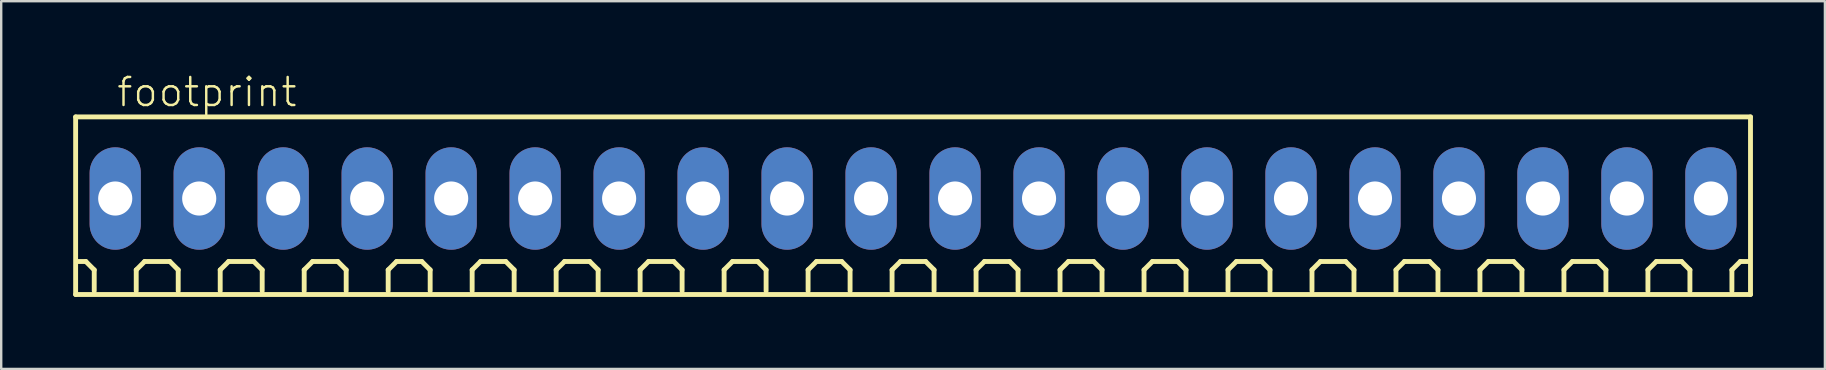
<source format=kicad_pcb>
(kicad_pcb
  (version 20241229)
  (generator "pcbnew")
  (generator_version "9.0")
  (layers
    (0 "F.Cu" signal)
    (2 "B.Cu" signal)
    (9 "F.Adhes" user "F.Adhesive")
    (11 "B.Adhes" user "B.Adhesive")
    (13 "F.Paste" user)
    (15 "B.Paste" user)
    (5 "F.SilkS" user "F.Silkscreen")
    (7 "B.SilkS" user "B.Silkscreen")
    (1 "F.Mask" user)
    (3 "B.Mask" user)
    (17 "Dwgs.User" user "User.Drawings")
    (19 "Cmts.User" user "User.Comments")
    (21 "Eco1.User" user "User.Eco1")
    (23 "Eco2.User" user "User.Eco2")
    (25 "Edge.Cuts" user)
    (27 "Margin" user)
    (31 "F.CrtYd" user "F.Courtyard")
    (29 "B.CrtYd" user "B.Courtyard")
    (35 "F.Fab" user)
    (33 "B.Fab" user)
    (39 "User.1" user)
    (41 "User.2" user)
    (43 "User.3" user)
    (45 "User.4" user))
  (footprint "footprint"
    (layer "F.Cu")
    (at 35.002 5.223)
    (property "Reference" "footprint" (at -33.25 -3.75 0) (layer "F.SilkS") (effects (font (size 1.168 1.168) (thickness 0.102)) (justify left bottom)))
    (fp_line (start -34.9 -3.4) (end 34.9 -3.4) (stroke (width 0.203) (type solid)) (layer "F.SilkS"))
    (fp_line (start -34.9 4) (end -34.9 -3.4) (stroke (width 0.203) (type solid)) (layer "F.SilkS"))
    (fp_line (start -34.475 2.625) (end -34.825 2.625) (stroke (width 0.203) (type solid)) (layer "F.SilkS"))
    (fp_line (start -34.125 2.975) (end -34.475 2.625) (stroke (width 0.203) (type solid)) (layer "F.SilkS"))
    (fp_line (start -34.125 3.85) (end -34.125 2.975) (stroke (width 0.203) (type solid)) (layer "F.SilkS"))
    (fp_line (start -32.375 2.975) (end -32.025 2.625) (stroke (width 0.203) (type solid)) (layer "F.SilkS"))
    (fp_line (start -32.375 3.85) (end -32.375 2.975) (stroke (width 0.203) (type solid)) (layer "F.SilkS"))
    (fp_line (start -32.025 2.625) (end -30.975 2.625) (stroke (width 0.203) (type solid)) (layer "F.SilkS"))
    (fp_line (start -30.975 2.625) (end -30.625 2.975) (stroke (width 0.203) (type solid)) (layer "F.SilkS"))
    (fp_line (start -30.625 2.975) (end -30.625 3.85) (stroke (width 0.203) (type solid)) (layer "F.SilkS"))
    (fp_line (start -28.875 2.975) (end -28.525 2.625) (stroke (width 0.203) (type solid)) (layer "F.SilkS"))
    (fp_line (start -28.875 3.85) (end -28.875 2.975) (stroke (width 0.203) (type solid)) (layer "F.SilkS"))
    (fp_line (start -28.525 2.625) (end -27.475 2.625) (stroke (width 0.203) (type solid)) (layer "F.SilkS"))
    (fp_line (start -27.475 2.625) (end -27.125 2.975) (stroke (width 0.203) (type solid)) (layer "F.SilkS"))
    (fp_line (start -27.125 2.975) (end -27.125 3.85) (stroke (width 0.203) (type solid)) (layer "F.SilkS"))
    (fp_line (start -25.375 2.975) (end -25.025 2.625) (stroke (width 0.203) (type solid)) (layer "F.SilkS"))
    (fp_line (start -25.375 3.85) (end -25.375 2.975) (stroke (width 0.203) (type solid)) (layer "F.SilkS"))
    (fp_line (start -25.025 2.625) (end -23.975 2.625) (stroke (width 0.203) (type solid)) (layer "F.SilkS"))
    (fp_line (start -23.975 2.625) (end -23.625 2.975) (stroke (width 0.203) (type solid)) (layer "F.SilkS"))
    (fp_line (start -23.625 2.975) (end -23.625 3.85) (stroke (width 0.203) (type solid)) (layer "F.SilkS"))
    (fp_line (start -21.875 2.975) (end -21.525 2.625) (stroke (width 0.203) (type solid)) (layer "F.SilkS"))
    (fp_line (start -21.875 3.85) (end -21.875 2.975) (stroke (width 0.203) (type solid)) (layer "F.SilkS"))
    (fp_line (start -21.525 2.625) (end -20.475 2.625) (stroke (width 0.203) (type solid)) (layer "F.SilkS"))
    (fp_line (start -20.475 2.625) (end -20.125 2.975) (stroke (width 0.203) (type solid)) (layer "F.SilkS"))
    (fp_line (start -20.125 2.975) (end -20.125 3.85) (stroke (width 0.203) (type solid)) (layer "F.SilkS"))
    (fp_line (start -18.375 2.975) (end -18.025 2.625) (stroke (width 0.203) (type solid)) (layer "F.SilkS"))
    (fp_line (start -18.375 3.85) (end -18.375 2.975) (stroke (width 0.203) (type solid)) (layer "F.SilkS"))
    (fp_line (start -18.025 2.625) (end -16.975 2.625) (stroke (width 0.203) (type solid)) (layer "F.SilkS"))
    (fp_line (start -16.975 2.625) (end -16.625 2.975) (stroke (width 0.203) (type solid)) (layer "F.SilkS"))
    (fp_line (start -16.625 2.975) (end -16.625 3.85) (stroke (width 0.203) (type solid)) (layer "F.SilkS"))
    (fp_line (start -14.875 2.975) (end -14.525 2.625) (stroke (width 0.203) (type solid)) (layer "F.SilkS"))
    (fp_line (start -14.875 3.85) (end -14.875 2.975) (stroke (width 0.203) (type solid)) (layer "F.SilkS"))
    (fp_line (start -14.525 2.625) (end -13.475 2.625) (stroke (width 0.203) (type solid)) (layer "F.SilkS"))
    (fp_line (start -13.475 2.625) (end -13.125 2.975) (stroke (width 0.203) (type solid)) (layer "F.SilkS"))
    (fp_line (start -13.125 2.975) (end -13.125 3.85) (stroke (width 0.203) (type solid)) (layer "F.SilkS"))
    (fp_line (start -11.375 2.975) (end -11.025 2.625) (stroke (width 0.203) (type solid)) (layer "F.SilkS"))
    (fp_line (start -11.375 3.85) (end -11.375 2.975) (stroke (width 0.203) (type solid)) (layer "F.SilkS"))
    (fp_line (start -11.025 2.625) (end -9.975 2.625) (stroke (width 0.203) (type solid)) (layer "F.SilkS"))
    (fp_line (start -9.975 2.625) (end -9.625 2.975) (stroke (width 0.203) (type solid)) (layer "F.SilkS"))
    (fp_line (start -9.625 2.975) (end -9.625 3.85) (stroke (width 0.203) (type solid)) (layer "F.SilkS"))
    (fp_line (start -7.875 2.975) (end -7.525 2.625) (stroke (width 0.203) (type solid)) (layer "F.SilkS"))
    (fp_line (start -7.875 3.85) (end -7.875 2.975) (stroke (width 0.203) (type solid)) (layer "F.SilkS"))
    (fp_line (start -7.525 2.625) (end -6.475 2.625) (stroke (width 0.203) (type solid)) (layer "F.SilkS"))
    (fp_line (start -6.475 2.625) (end -6.125 2.975) (stroke (width 0.203) (type solid)) (layer "F.SilkS"))
    (fp_line (start -6.125 2.975) (end -6.125 3.85) (stroke (width 0.203) (type solid)) (layer "F.SilkS"))
    (fp_line (start -4.375 2.975) (end -4.025 2.625) (stroke (width 0.203) (type solid)) (layer "F.SilkS"))
    (fp_line (start -4.375 3.85) (end -4.375 2.975) (stroke (width 0.203) (type solid)) (layer "F.SilkS"))
    (fp_line (start -4.025 2.625) (end -2.975 2.625) (stroke (width 0.203) (type solid)) (layer "F.SilkS"))
    (fp_line (start -2.975 2.625) (end -2.625 2.975) (stroke (width 0.203) (type solid)) (layer "F.SilkS"))
    (fp_line (start -2.625 2.975) (end -2.625 3.85) (stroke (width 0.203) (type solid)) (layer "F.SilkS"))
    (fp_line (start -0.875 2.975) (end -0.525 2.625) (stroke (width 0.203) (type solid)) (layer "F.SilkS"))
    (fp_line (start -0.875 3.85) (end -0.875 2.975) (stroke (width 0.203) (type solid)) (layer "F.SilkS"))
    (fp_line (start -0.525 2.625) (end 0.525 2.625) (stroke (width 0.203) (type solid)) (layer "F.SilkS"))
    (fp_line (start 0.525 2.625) (end 0.875 2.975) (stroke (width 0.203) (type solid)) (layer "F.SilkS"))
    (fp_line (start 0.875 2.975) (end 0.875 3.85) (stroke (width 0.203) (type solid)) (layer "F.SilkS"))
    (fp_line (start 2.625 2.975) (end 2.975 2.625) (stroke (width 0.203) (type solid)) (layer "F.SilkS"))
    (fp_line (start 2.625 3.85) (end 2.625 2.975) (stroke (width 0.203) (type solid)) (layer "F.SilkS"))
    (fp_line (start 2.975 2.625) (end 4.025 2.625) (stroke (width 0.203) (type solid)) (layer "F.SilkS"))
    (fp_line (start 4.025 2.625) (end 4.375 2.975) (stroke (width 0.203) (type solid)) (layer "F.SilkS"))
    (fp_line (start 4.375 2.975) (end 4.375 3.85) (stroke (width 0.203) (type solid)) (layer "F.SilkS"))
    (fp_line (start 6.125 2.975) (end 6.475 2.625) (stroke (width 0.203) (type solid)) (layer "F.SilkS"))
    (fp_line (start 6.125 3.85) (end 6.125 2.975) (stroke (width 0.203) (type solid)) (layer "F.SilkS"))
    (fp_line (start 6.475 2.625) (end 7.525 2.625) (stroke (width 0.203) (type solid)) (layer "F.SilkS"))
    (fp_line (start 7.525 2.625) (end 7.875 2.975) (stroke (width 0.203) (type solid)) (layer "F.SilkS"))
    (fp_line (start 7.875 2.975) (end 7.875 3.85) (stroke (width 0.203) (type solid)) (layer "F.SilkS"))
    (fp_line (start 9.625 2.975) (end 9.975 2.625) (stroke (width 0.203) (type solid)) (layer "F.SilkS"))
    (fp_line (start 9.625 3.85) (end 9.625 2.975) (stroke (width 0.203) (type solid)) (layer "F.SilkS"))
    (fp_line (start 9.975 2.625) (end 11.025 2.625) (stroke (width 0.203) (type solid)) (layer "F.SilkS"))
    (fp_line (start 11.025 2.625) (end 11.375 2.975) (stroke (width 0.203) (type solid)) (layer "F.SilkS"))
    (fp_line (start 11.375 2.975) (end 11.375 3.85) (stroke (width 0.203) (type solid)) (layer "F.SilkS"))
    (fp_line (start 13.125 2.975) (end 13.475 2.625) (stroke (width 0.203) (type solid)) (layer "F.SilkS"))
    (fp_line (start 13.125 3.85) (end 13.125 2.975) (stroke (width 0.203) (type solid)) (layer "F.SilkS"))
    (fp_line (start 13.475 2.625) (end 14.525 2.625) (stroke (width 0.203) (type solid)) (layer "F.SilkS"))
    (fp_line (start 14.525 2.625) (end 14.875 2.975) (stroke (width 0.203) (type solid)) (layer "F.SilkS"))
    (fp_line (start 14.875 2.975) (end 14.875 3.85) (stroke (width 0.203) (type solid)) (layer "F.SilkS"))
    (fp_line (start 16.625 2.975) (end 16.975 2.625) (stroke (width 0.203) (type solid)) (layer "F.SilkS"))
    (fp_line (start 16.625 3.85) (end 16.625 2.975) (stroke (width 0.203) (type solid)) (layer "F.SilkS"))
    (fp_line (start 16.975 2.625) (end 18.025 2.625) (stroke (width 0.203) (type solid)) (layer "F.SilkS"))
    (fp_line (start 18.025 2.625) (end 18.375 2.975) (stroke (width 0.203) (type solid)) (layer "F.SilkS"))
    (fp_line (start 18.375 2.975) (end 18.375 3.85) (stroke (width 0.203) (type solid)) (layer "F.SilkS"))
    (fp_line (start 20.125 2.975) (end 20.475 2.625) (stroke (width 0.203) (type solid)) (layer "F.SilkS"))
    (fp_line (start 20.125 3.85) (end 20.125 2.975) (stroke (width 0.203) (type solid)) (layer "F.SilkS"))
    (fp_line (start 20.475 2.625) (end 21.525 2.625) (stroke (width 0.203) (type solid)) (layer "F.SilkS"))
    (fp_line (start 21.525 2.625) (end 21.875 2.975) (stroke (width 0.203) (type solid)) (layer "F.SilkS"))
    (fp_line (start 21.875 2.975) (end 21.875 3.85) (stroke (width 0.203) (type solid)) (layer "F.SilkS"))
    (fp_line (start 23.625 2.975) (end 23.975 2.625) (stroke (width 0.203) (type solid)) (layer "F.SilkS"))
    (fp_line (start 23.625 3.85) (end 23.625 2.975) (stroke (width 0.203) (type solid)) (layer "F.SilkS"))
    (fp_line (start 23.975 2.625) (end 25.025 2.625) (stroke (width 0.203) (type solid)) (layer "F.SilkS"))
    (fp_line (start 25.025 2.625) (end 25.375 2.975) (stroke (width 0.203) (type solid)) (layer "F.SilkS"))
    (fp_line (start 25.375 2.975) (end 25.375 3.85) (stroke (width 0.203) (type solid)) (layer "F.SilkS"))
    (fp_line (start 27.125 2.975) (end 27.475 2.625) (stroke (width 0.203) (type solid)) (layer "F.SilkS"))
    (fp_line (start 27.125 3.85) (end 27.125 2.975) (stroke (width 0.203) (type solid)) (layer "F.SilkS"))
    (fp_line (start 27.475 2.625) (end 28.525 2.625) (stroke (width 0.203) (type solid)) (layer "F.SilkS"))
    (fp_line (start 28.525 2.625) (end 28.875 2.975) (stroke (width 0.203) (type solid)) (layer "F.SilkS"))
    (fp_line (start 28.875 2.975) (end 28.875 3.85) (stroke (width 0.203) (type solid)) (layer "F.SilkS"))
    (fp_line (start 30.625 2.975) (end 30.975 2.625) (stroke (width 0.203) (type solid)) (layer "F.SilkS"))
    (fp_line (start 30.625 3.85) (end 30.625 2.975) (stroke (width 0.203) (type solid)) (layer "F.SilkS"))
    (fp_line (start 30.975 2.625) (end 32.025 2.625) (stroke (width 0.203) (type solid)) (layer "F.SilkS"))
    (fp_line (start 32.025 2.625) (end 32.375 2.975) (stroke (width 0.203) (type solid)) (layer "F.SilkS"))
    (fp_line (start 32.375 2.975) (end 32.375 3.85) (stroke (width 0.203) (type solid)) (layer "F.SilkS"))
    (fp_line (start 34.125 2.975) (end 34.475 2.625) (stroke (width 0.203) (type solid)) (layer "F.SilkS"))
    (fp_line (start 34.125 3.85) (end 34.125 2.975) (stroke (width 0.203) (type solid)) (layer "F.SilkS"))
    (fp_line (start 34.475 2.625) (end 34.825 2.625) (stroke (width 0.203) (type solid)) (layer "F.SilkS"))
    (fp_line (start 34.9 -3.4) (end 34.9 4) (stroke (width 0.203) (type solid)) (layer "F.SilkS"))
    (fp_line (start 34.9 4) (end -34.9 4) (stroke (width 0.203) (type solid)) (layer "F.SilkS"))
    (pad "1" thru_hole oval (at -33.25 0 90) (size 4.267 2.134) (drill 1.422) (layers "*.Cu" "*.Mask"))
    (pad "2" thru_hole oval (at -29.75 0 90) (size 4.267 2.134) (drill 1.422) (layers "*.Cu" "*.Mask"))
    (pad "3" thru_hole oval (at -26.25 0 90) (size 4.267 2.134) (drill 1.422) (layers "*.Cu" "*.Mask"))
    (pad "4" thru_hole oval (at -22.75 0 90) (size 4.267 2.134) (drill 1.422) (layers "*.Cu" "*.Mask"))
    (pad "5" thru_hole oval (at -19.25 0 90) (size 4.267 2.134) (drill 1.422) (layers "*.Cu" "*.Mask"))
    (pad "6" thru_hole oval (at -15.75 0 90) (size 4.267 2.134) (drill 1.422) (layers "*.Cu" "*.Mask"))
    (pad "7" thru_hole oval (at -12.25 0 90) (size 4.267 2.134) (drill 1.422) (layers "*.Cu" "*.Mask"))
    (pad "8" thru_hole oval (at -8.75 0 90) (size 4.267 2.134) (drill 1.422) (layers "*.Cu" "*.Mask"))
    (pad "9" thru_hole oval (at -5.25 0 90) (size 4.267 2.134) (drill 1.422) (layers "*.Cu" "*.Mask"))
    (pad "10" thru_hole oval (at -1.75 0 90) (size 4.267 2.134) (drill 1.422) (layers "*.Cu" "*.Mask"))
    (pad "11" thru_hole oval (at 1.75 0 90) (size 4.267 2.134) (drill 1.422) (layers "*.Cu" "*.Mask"))
    (pad "12" thru_hole oval (at 5.25 0 90) (size 4.267 2.134) (drill 1.422) (layers "*.Cu" "*.Mask"))
    (pad "13" thru_hole oval (at 8.75 0 90) (size 4.267 2.134) (drill 1.422) (layers "*.Cu" "*.Mask"))
    (pad "14" thru_hole oval (at 12.25 0 90) (size 4.267 2.134) (drill 1.422) (layers "*.Cu" "*.Mask"))
    (pad "15" thru_hole oval (at 15.75 0 90) (size 4.267 2.134) (drill 1.422) (layers "*.Cu" "*.Mask"))
    (pad "16" thru_hole oval (at 19.25 0 90) (size 4.267 2.134) (drill 1.422) (layers "*.Cu" "*.Mask"))
    (pad "17" thru_hole oval (at 22.75 0 90) (size 4.267 2.134) (drill 1.422) (layers "*.Cu" "*.Mask"))
    (pad "18" thru_hole oval (at 26.25 0 90) (size 4.267 2.134) (drill 1.422) (layers "*.Cu" "*.Mask"))
    (pad "19" thru_hole oval (at 29.75 0 90) (size 4.267 2.134) (drill 1.422) (layers "*.Cu" "*.Mask"))
    (pad "20" thru_hole oval (at 33.25 0 90) (size 4.267 2.134) (drill 1.422) (layers "*.Cu" "*.Mask")))
  (gr_rect
    (start -3 -3)
    (end 73.003 12.325)
    (stroke (width 0.1) (type default))
    (fill no)
    (layer "Edge.Cuts")))
</source>
